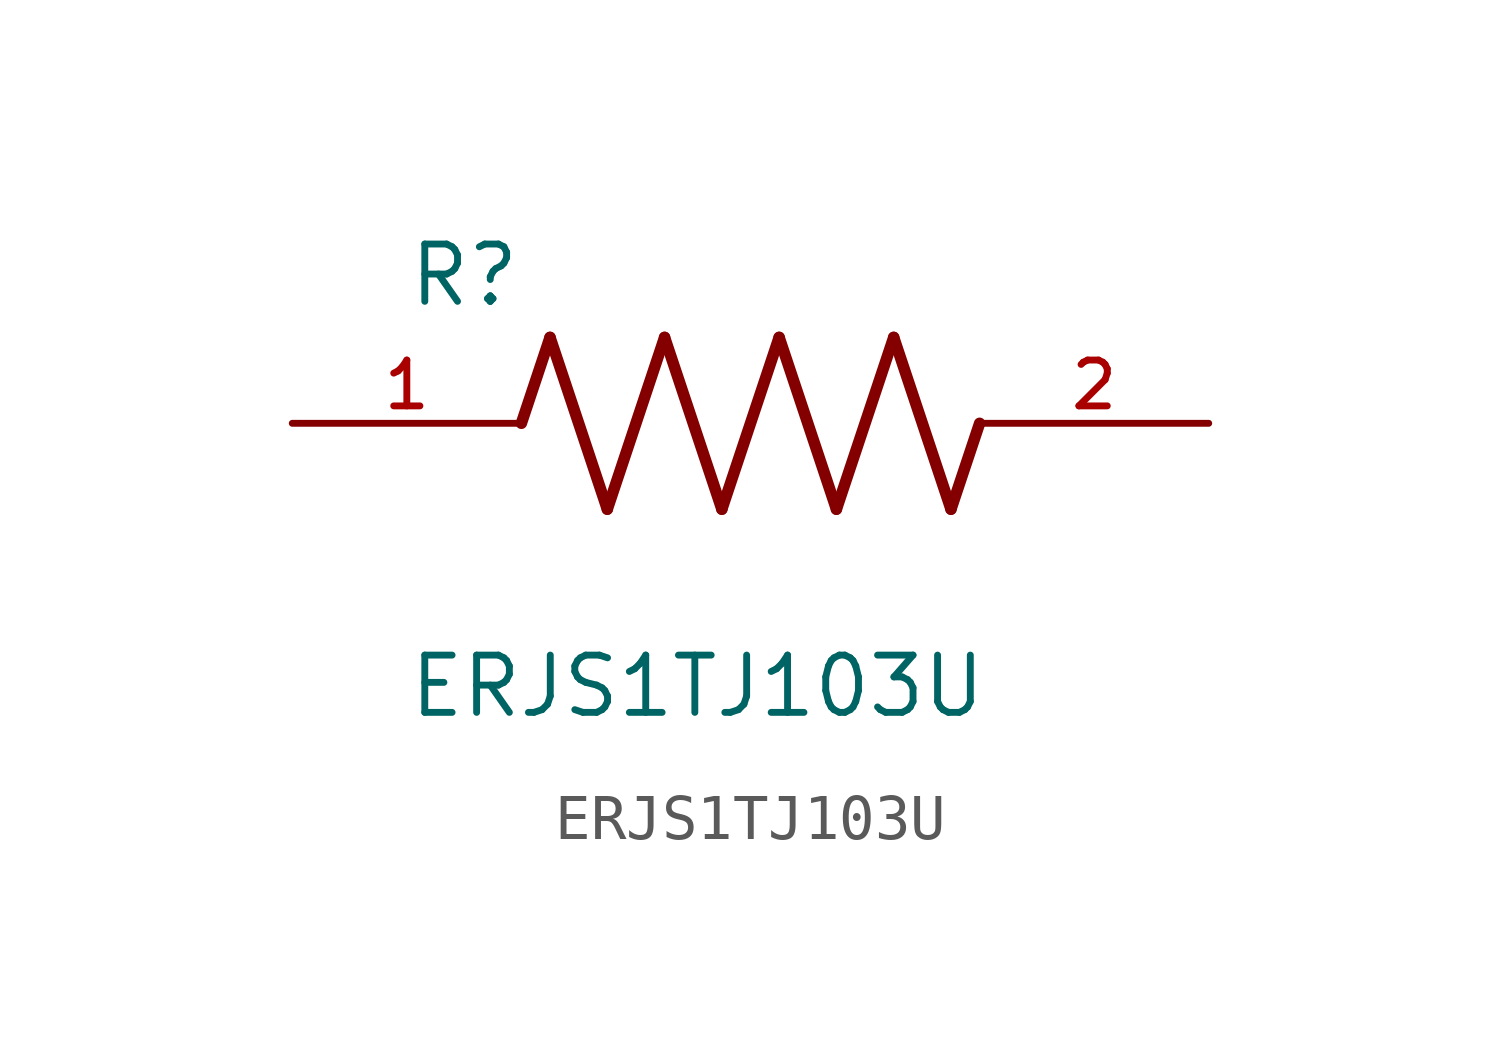
<source format=kicad_sym>
(kicad_symbol_lib
  (version 20211014)
  (generator kicad_symbol_editor)
  (symbol "ERJS1TJ103U"
    (pin_names
      (offset 1.016))
    (property "Reference" "R"
      (at -7.624 2.541 0)
      (effects (font (size 1.27 1.27)) (justify bottom left)))
    (property "Value" "ERJS1TJ103U"
      (at -7.624 -5.087 0)
      (effects (font (size 1.27 1.27)) (justify top left)))
    (symbol "ERJS1TJ103U_0_0"
      (polyline (pts (xy -5.08 0.0) (xy -4.445 1.905)) (stroke (width 0.254)))
      (polyline (pts (xy -4.445 1.905) (xy -3.175 -1.905)) (stroke (width 0.254)))
      (polyline (pts (xy -3.175 -1.905) (xy -1.905 1.905)) (stroke (width 0.254)))
      (polyline (pts (xy -1.905 1.905) (xy -0.635 -1.905)) (stroke (width 0.254)))
      (polyline (pts (xy -0.635 -1.905) (xy 0.635 1.905)) (stroke (width 0.254)))
      (polyline (pts (xy 0.635 1.905) (xy 1.905 -1.905)) (stroke (width 0.254)))
      (polyline (pts (xy 1.905 -1.905) (xy 3.175 1.905)) (stroke (width 0.254)))
      (polyline (pts (xy 3.175 1.905) (xy 4.445 -1.905)) (stroke (width 0.254)))
      (polyline (pts (xy 4.445 -1.905) (xy 5.08 0.0)) (stroke (width 0.254)))
      (pin passive line (at -10.16 0.0 0) (length 5.08) (name "~" (effects (font (size 1.016 1.016)))) (number "1" (effects (font (size 1.016 1.016)))))
      (pin passive line (at 10.16 0.0 180.0) (length 5.08) (name "~" (effects (font (size 1.016 1.016)))) (number "2" (effects (font (size 1.016 1.016))))))))
</source>
